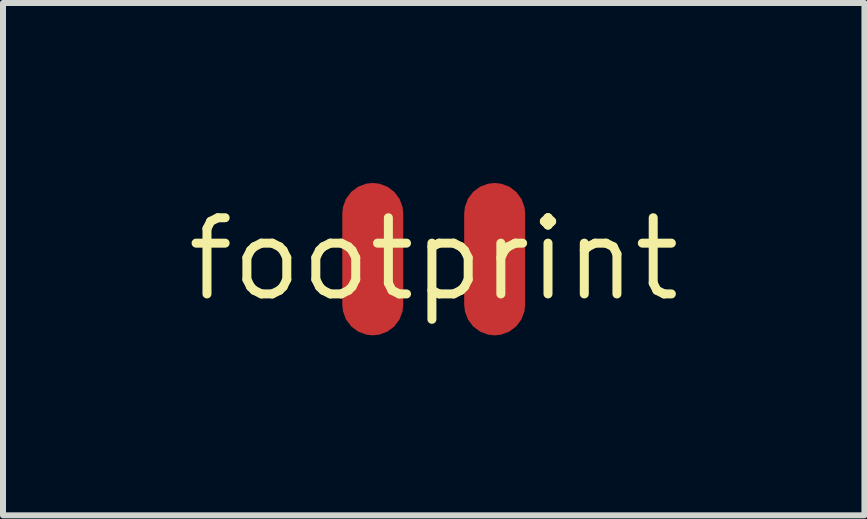
<source format=kicad_pcb>
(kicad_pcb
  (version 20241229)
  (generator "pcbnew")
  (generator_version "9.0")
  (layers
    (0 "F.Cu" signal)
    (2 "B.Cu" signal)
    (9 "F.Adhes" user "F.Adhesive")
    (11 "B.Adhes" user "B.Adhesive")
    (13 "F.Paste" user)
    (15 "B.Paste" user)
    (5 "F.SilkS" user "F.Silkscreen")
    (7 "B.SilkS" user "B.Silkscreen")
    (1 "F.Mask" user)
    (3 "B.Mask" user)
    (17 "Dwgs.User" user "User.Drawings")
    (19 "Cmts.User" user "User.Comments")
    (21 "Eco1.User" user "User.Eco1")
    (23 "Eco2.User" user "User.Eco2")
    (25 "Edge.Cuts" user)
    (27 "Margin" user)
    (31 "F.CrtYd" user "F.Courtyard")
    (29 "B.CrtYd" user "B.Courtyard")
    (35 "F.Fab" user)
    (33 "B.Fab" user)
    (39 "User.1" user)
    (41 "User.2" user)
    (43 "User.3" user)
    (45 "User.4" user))
  (footprint "footprint"
    (layer "F.Cu")
    (at 4.18 1.27)
    (property "Reference" "footprint" (at 0 0 0) (layer "F.SilkS") (effects (font (size 1.27 1.27) (thickness 0.15))))
    (pad "P$1" smd roundrect (at -1.016 0) (size 1.016 2.54) (layers "F.Cu" "F.Mask") (roundrect_rratio 0.5))
    (pad "P$2" smd roundrect (at 1.016 0) (size 1.016 2.54) (layers "F.Cu" "F.Mask") (roundrect_rratio 0.5)))
  (gr_rect
    (start -3 -3)
    (end 11.36 5.54)
    (stroke (width 0.1) (type default))
    (fill no)
    (layer "Edge.Cuts")))
</source>
